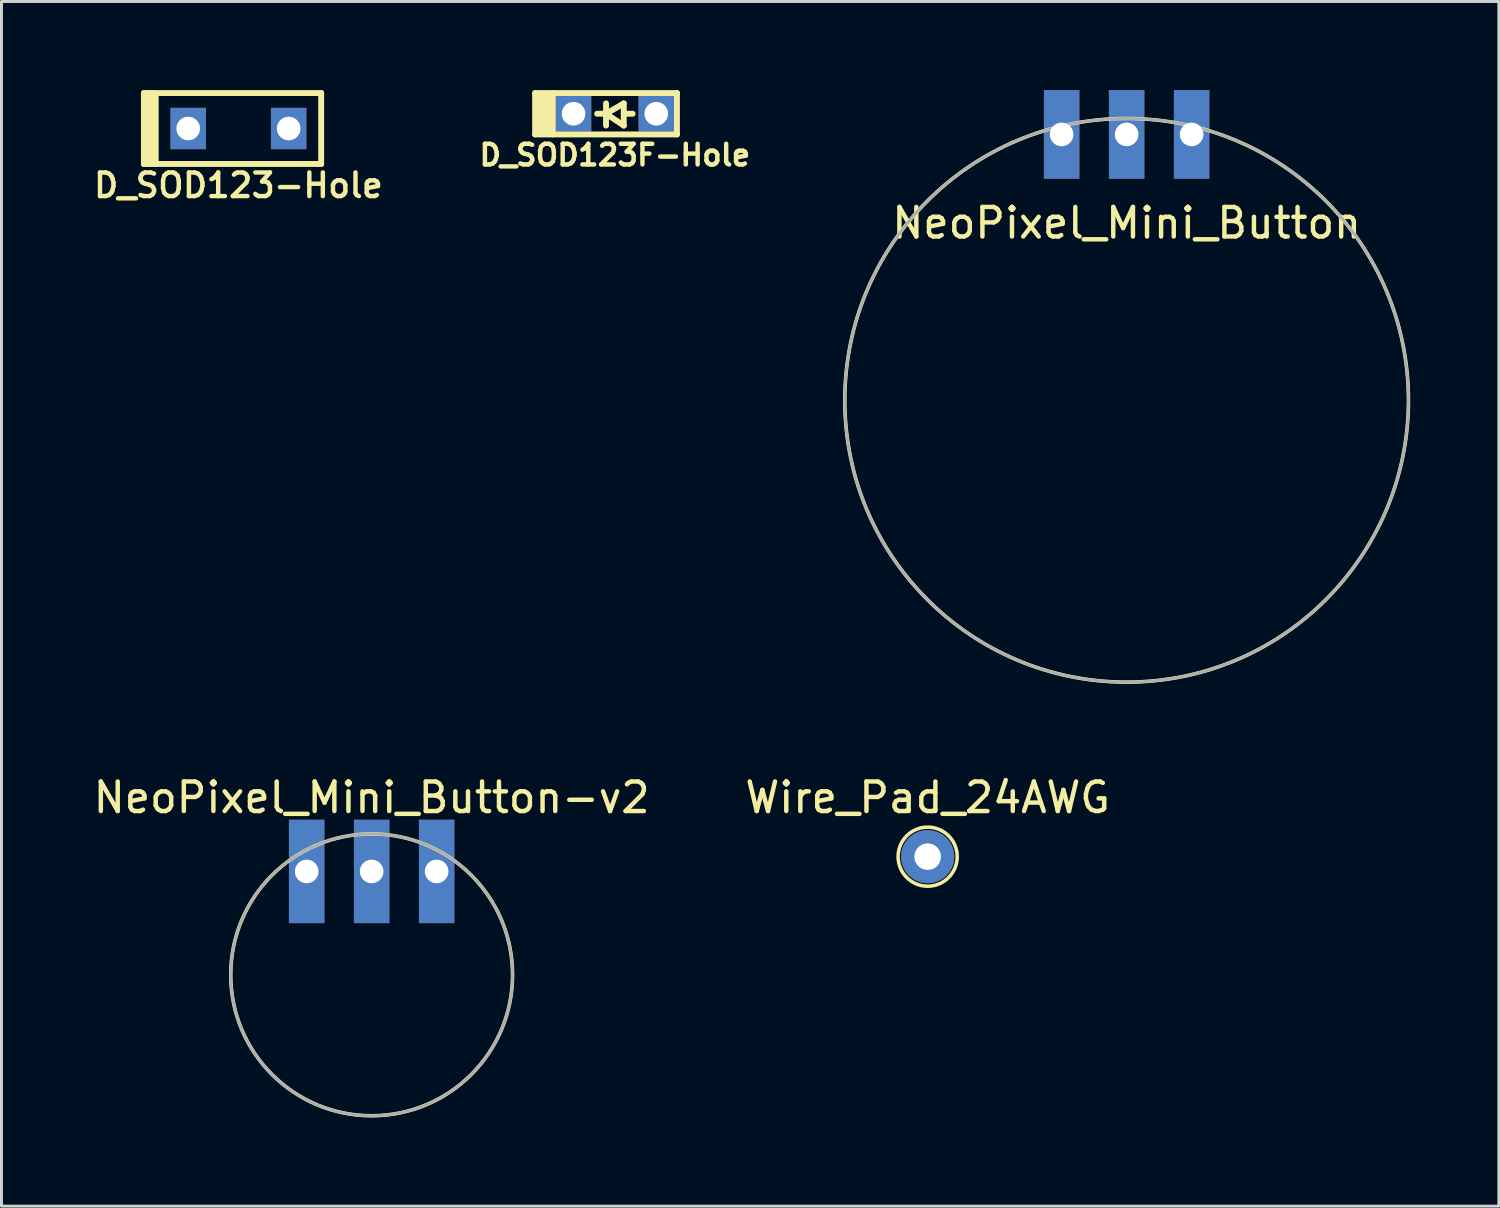
<source format=kicad_pcb>
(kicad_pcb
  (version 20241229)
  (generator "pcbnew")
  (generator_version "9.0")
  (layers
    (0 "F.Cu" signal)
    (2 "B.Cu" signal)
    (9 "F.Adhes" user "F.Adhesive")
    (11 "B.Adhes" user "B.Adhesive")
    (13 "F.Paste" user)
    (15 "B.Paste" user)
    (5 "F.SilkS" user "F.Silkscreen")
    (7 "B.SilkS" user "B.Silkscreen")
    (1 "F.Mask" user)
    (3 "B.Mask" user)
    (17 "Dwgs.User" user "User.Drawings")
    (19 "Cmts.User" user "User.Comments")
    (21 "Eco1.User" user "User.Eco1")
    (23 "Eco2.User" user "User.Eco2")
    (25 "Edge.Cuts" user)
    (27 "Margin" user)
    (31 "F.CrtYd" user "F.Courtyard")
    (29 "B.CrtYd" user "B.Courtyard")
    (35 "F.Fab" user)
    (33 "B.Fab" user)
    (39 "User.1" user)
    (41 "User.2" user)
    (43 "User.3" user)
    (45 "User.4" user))
  (footprint "D_SOD123-Hole"
    (layer "F.Cu")
    (at 5.021 1.3)
    (property "Reference" "D_SOD123-Hole" (at 0 1.925 0) (layer "F.SilkS") (effects (font (size 0.8 0.8) (thickness 0.15))))
    (attr smd)
    (fp_line (start -3.2 -1.2) (end 2.8 -1.2) (stroke (width 0.2) (type solid)) (layer "F.SilkS"))
    (fp_line (start -3.2 1.2) (end -3.2 -1.2) (stroke (width 0.2) (type solid)) (layer "F.SilkS"))
    (fp_line (start -3.075 1.2) (end -3.075 -1.2) (stroke (width 0.2) (type solid)) (layer "F.SilkS"))
    (fp_line (start -2.925 -1.2) (end -2.925 1.2) (stroke (width 0.2) (type solid)) (layer "F.SilkS"))
    (fp_line (start -2.8 -1.2) (end -2.8 1.2) (stroke (width 0.2) (type solid)) (layer "F.SilkS"))
    (fp_line (start 2.8 -1.2) (end 2.8 1.2) (stroke (width 0.2) (type solid)) (layer "F.SilkS"))
    (fp_line (start 2.8 1.2) (end -3.2 1.2) (stroke (width 0.2) (type solid)) (layer "F.SilkS"))
    (pad "1" thru_hole rect (at -1.7 0) (size 1.2 1.4) (drill 0.8) (layers "*.Cu" "*.Mask"))
    (pad "2" thru_hole rect (at 1.7 0) (size 1.2 1.4) (drill 0.8) (layers "*.Cu" "*.Mask")))
  (footprint "Wire_Pad_24AWG"
    (layer "F.Cu")
    (at 28.351 25.948)
    (property "Reference" "Wire_Pad_24AWG" (at 0 -2 0) (layer "F.SilkS") (effects (font (size 1 1) (thickness 0.15))))
    (attr through_hole)
    (fp_circle (center 0 0) (end 1 0) (stroke (width 0.12) (type solid)) (fill no) (layer "F.SilkS"))
    (pad "1" thru_hole circle (at 0 0) (size 1.8 1.8) (drill 0.9) (layers "*.Cu" "*.Mask")))
  (footprint "NeoPixel_Mini_Button-v2"
    (layer "F.Cu")
    (at 9.53 29.948)
    (property "Reference" "NeoPixel_Mini_Button-v2" (at 0 -6 180) (layer "F.SilkS") (effects (font (size 1 1) (thickness 0.15))))
    (attr through_hole)
    (fp_circle (center 0 0) (end 4.77 0) (stroke (width 0.12) (type solid)) (fill no) (layer "F.SilkS"))
    (fp_circle (center 0 0) (end 4.77 0) (stroke (width 0.1) (type solid)) (fill no) (layer "F.Fab"))
    (pad "1" thru_hole rect (at -2.2 -3.5) (size 1.2 3.5) (drill 0.8) (layers "*.Cu" "*.Mask"))
    (pad "2" thru_hole rect (at 0 -3.5) (size 1.2 3.5) (drill 0.8) (layers "*.Cu" "*.Mask"))
    (pad "3" thru_hole rect (at 2.2 -3.5) (size 1.2 3.5) (drill 0.8) (layers "*.Cu" "*.Mask")))
  (footprint "NeoPixel_Mini_Button"
    (layer "F.Cu")
    (at 35.086 10.5)
    (property "Reference" "NeoPixel_Mini_Button" (at 0 -6 0) (layer "F.SilkS") (effects (font (size 1 1) (thickness 0.15))))
    (attr through_hole)
    (fp_circle (center 0 0) (end 9.54 0) (stroke (width 0.12) (type solid)) (fill no) (layer "F.SilkS"))
    (fp_circle (center 0 0) (end 9.54 0) (stroke (width 0.1) (type solid)) (fill no) (layer "F.Fab"))
    (pad "1" thru_hole rect (at -2.2 -9) (size 1.2 3) (drill 0.8) (layers "*.Cu" "*.Mask"))
    (pad "2" thru_hole rect (at 0 -9) (size 1.2 3) (drill 0.8) (layers "*.Cu" "*.Mask"))
    (pad "3" thru_hole rect (at 2.2 -9) (size 1.2 3) (drill 0.8) (layers "*.Cu" "*.Mask")))
  (footprint "D_SOD123F-Hole"
    (layer "F.Cu")
    (at 17.764 0.8)
    (property "Reference" "D_SOD123F-Hole" (at 0 1.4 0) (layer "F.SilkS") (effects (font (size 0.7 0.7) (thickness 0.15))))
    (attr smd)
    (fp_line (start -2.7 -0.7) (end -2.7 0.7) (stroke (width 0.2) (type solid)) (layer "F.SilkS"))
    (fp_line (start -2.7 -0.7) (end 2.1 -0.7) (stroke (width 0.2) (type solid)) (layer "F.SilkS"))
    (fp_line (start -2.7 0.7) (end 2.1 0.7) (stroke (width 0.2) (type solid)) (layer "F.SilkS"))
    (fp_line (start -2.1 -0.7) (end -2.1 0.7) (stroke (width 0.2) (type solid)) (layer "F.SilkS"))
    (fp_line (start -0.3 -0.35) (end -0.3 0.4) (stroke (width 0.2) (type solid)) (layer "F.SilkS"))
    (fp_line (start -0.3 0) (end -0.6 0) (stroke (width 0.2) (type solid)) (layer "F.SilkS"))
    (fp_line (start -0.3 0) (end 0.3 -0.35) (stroke (width 0.2) (type solid)) (layer "F.SilkS"))
    (fp_line (start 0.3 -0.35) (end 0.3 0.4) (stroke (width 0.2) (type solid)) (layer "F.SilkS"))
    (fp_line (start 0.3 0) (end 0.6 0) (stroke (width 0.2) (type solid)) (layer "F.SilkS"))
    (fp_line (start 0.3 0.4) (end -0.3 0) (stroke (width 0.2) (type solid)) (layer "F.SilkS"))
    (fp_line (start 2.1 -0.7) (end 2.1 0.7) (stroke (width 0.2) (type solid)) (layer "F.SilkS"))
    (fp_rect (start -2.7 -0.7) (end -2.1 0.7) (stroke (width 0.1) (type solid)) (fill yes) (layer "F.SilkS"))
    (pad "1" thru_hole rect (at -1.4 0) (size 1.2 1.2) (drill 0.8) (layers "*.Cu" "*.Mask"))
    (pad "2" thru_hole rect (at 1.4 0) (size 1.2 1.2) (drill 0.8) (layers "*.Cu" "*.Mask")))
  (gr_rect
    (start -3 -3)
    (end 47.686 37.778)
    (stroke (width 0.1) (type default))
    (fill no)
    (layer "Edge.Cuts")))
</source>
